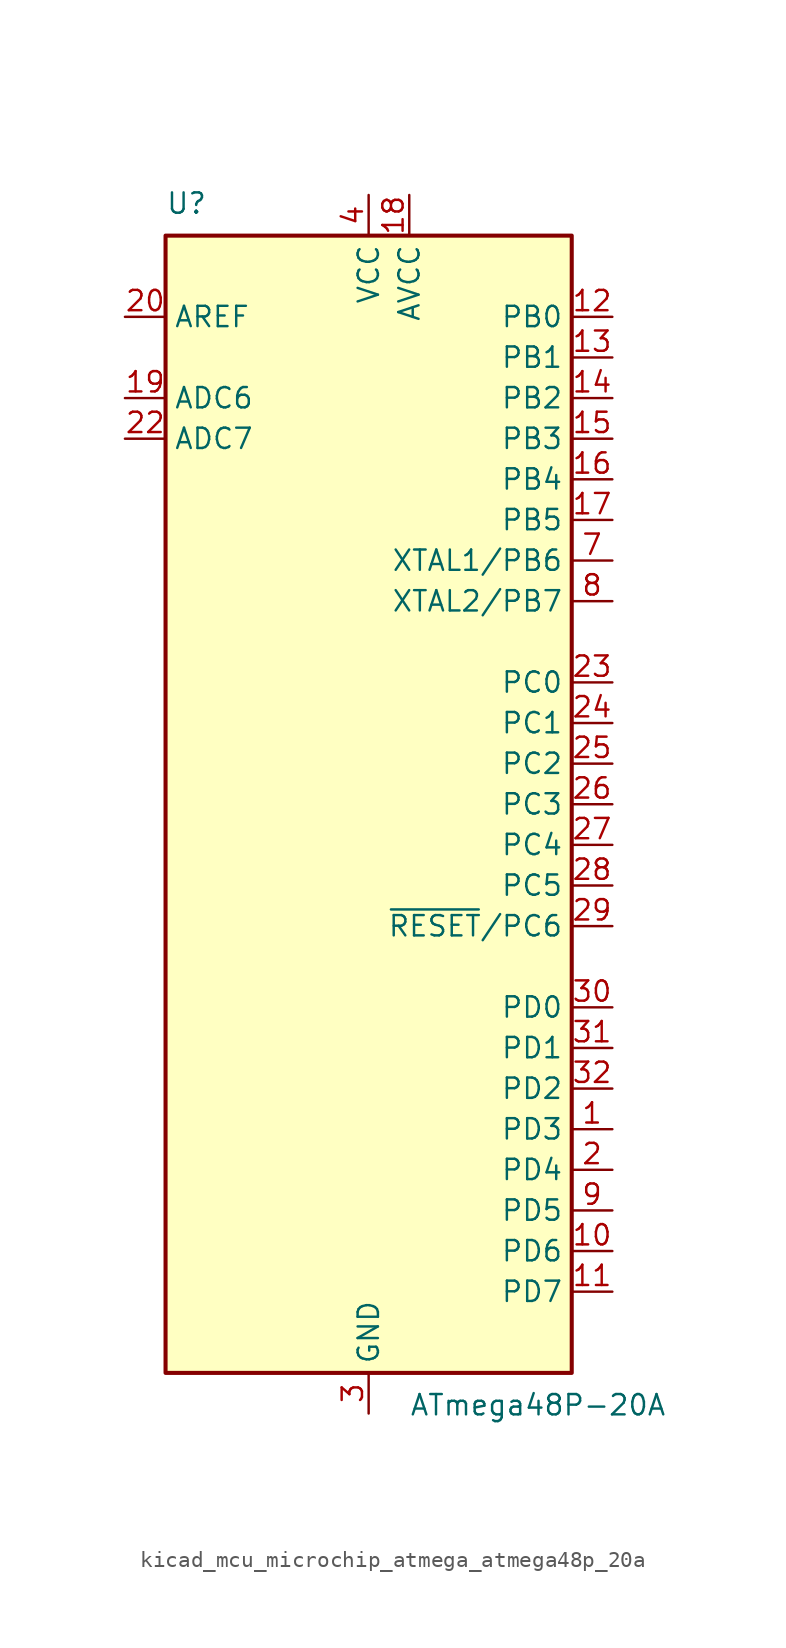
<source format=kicad_sym>
(kicad_symbol_lib
  (version 20220914)
  (generator kicad_symbol_editor)
  (symbol "kicad_mcu_microchip_atmega_atmega48p_20a"
    (property "Reference" "U"
      (at -12.7 36.83 0)
      (effects (font (size 1.27 1.27)) (justify left bottom)))
    (property "Value" "ATmega48P-20A"
      (at 2.54 -36.83 0)
      (effects (font (size 1.27 1.27)) (justify left top)))
    (symbol "kicad_mcu_microchip_atmega_atmega48p_20a_0_1"
      (rectangle (start -12.7 -35.56) (end 12.7 35.56) (stroke (width 0.254) (type default)) (fill (type background))))
    (symbol "kicad_mcu_microchip_atmega_atmega48p_20a_1_1"
      (pin bidirectional line (at 15.24 -20.32 180) (length 2.54) (name "PD3" (effects (font (size 1.27 1.27)))) (number "1" (effects (font (size 1.27 1.27)))))
      (pin bidirectional line (at 15.24 -27.94 180) (length 2.54) (name "PD6" (effects (font (size 1.27 1.27)))) (number "10" (effects (font (size 1.27 1.27)))))
      (pin bidirectional line (at 15.24 -30.48 180) (length 2.54) (name "PD7" (effects (font (size 1.27 1.27)))) (number "11" (effects (font (size 1.27 1.27)))))
      (pin bidirectional line (at 15.24 30.48 180) (length 2.54) (name "PB0" (effects (font (size 1.27 1.27)))) (number "12" (effects (font (size 1.27 1.27)))))
      (pin bidirectional line (at 15.24 27.94 180) (length 2.54) (name "PB1" (effects (font (size 1.27 1.27)))) (number "13" (effects (font (size 1.27 1.27)))))
      (pin bidirectional line (at 15.24 25.4 180) (length 2.54) (name "PB2" (effects (font (size 1.27 1.27)))) (number "14" (effects (font (size 1.27 1.27)))))
      (pin bidirectional line (at 15.24 22.86 180) (length 2.54) (name "PB3" (effects (font (size 1.27 1.27)))) (number "15" (effects (font (size 1.27 1.27)))))
      (pin bidirectional line (at 15.24 20.32 180) (length 2.54) (name "PB4" (effects (font (size 1.27 1.27)))) (number "16" (effects (font (size 1.27 1.27)))))
      (pin bidirectional line (at 15.24 17.78 180) (length 2.54) (name "PB5" (effects (font (size 1.27 1.27)))) (number "17" (effects (font (size 1.27 1.27)))))
      (pin power_in line (at 2.54 38.1 270) (length 2.54) (name "AVCC" (effects (font (size 1.27 1.27)))) (number "18" (effects (font (size 1.27 1.27)))))
      (pin input line (at -15.24 25.4 0) (length 2.54) (name "ADC6" (effects (font (size 1.27 1.27)))) (number "19" (effects (font (size 1.27 1.27)))))
      (pin bidirectional line (at 15.24 -22.86 180) (length 2.54) (name "PD4" (effects (font (size 1.27 1.27)))) (number "2" (effects (font (size 1.27 1.27)))))
      (pin passive line (at -15.24 30.48 0) (length 2.54) (name "AREF" (effects (font (size 1.27 1.27)))) (number "20" (effects (font (size 1.27 1.27)))))
      (pin passive line (at 0 -38.1 90) (length 2.54) hide (name "GND" (effects (font (size 1.27 1.27)))) (number "21" (effects (font (size 1.27 1.27)))))
      (pin input line (at -15.24 22.86 0) (length 2.54) (name "ADC7" (effects (font (size 1.27 1.27)))) (number "22" (effects (font (size 1.27 1.27)))))
      (pin bidirectional line (at 15.24 7.62 180) (length 2.54) (name "PC0" (effects (font (size 1.27 1.27)))) (number "23" (effects (font (size 1.27 1.27)))))
      (pin bidirectional line (at 15.24 5.08 180) (length 2.54) (name "PC1" (effects (font (size 1.27 1.27)))) (number "24" (effects (font (size 1.27 1.27)))))
      (pin bidirectional line (at 15.24 2.54 180) (length 2.54) (name "PC2" (effects (font (size 1.27 1.27)))) (number "25" (effects (font (size 1.27 1.27)))))
      (pin bidirectional line (at 15.24 0 180) (length 2.54) (name "PC3" (effects (font (size 1.27 1.27)))) (number "26" (effects (font (size 1.27 1.27)))))
      (pin bidirectional line (at 15.24 -2.54 180) (length 2.54) (name "PC4" (effects (font (size 1.27 1.27)))) (number "27" (effects (font (size 1.27 1.27)))))
      (pin bidirectional line (at 15.24 -5.08 180) (length 2.54) (name "PC5" (effects (font (size 1.27 1.27)))) (number "28" (effects (font (size 1.27 1.27)))))
      (pin bidirectional line (at 15.24 -7.62 180) (length 2.54) (name "~{RESET}/PC6" (effects (font (size 1.27 1.27)))) (number "29" (effects (font (size 1.27 1.27)))))
      (pin power_in line (at 0 -38.1 90) (length 2.54) (name "GND" (effects (font (size 1.27 1.27)))) (number "3" (effects (font (size 1.27 1.27)))))
      (pin bidirectional line (at 15.24 -12.7 180) (length 2.54) (name "PD0" (effects (font (size 1.27 1.27)))) (number "30" (effects (font (size 1.27 1.27)))))
      (pin bidirectional line (at 15.24 -15.24 180) (length 2.54) (name "PD1" (effects (font (size 1.27 1.27)))) (number "31" (effects (font (size 1.27 1.27)))))
      (pin bidirectional line (at 15.24 -17.78 180) (length 2.54) (name "PD2" (effects (font (size 1.27 1.27)))) (number "32" (effects (font (size 1.27 1.27)))))
      (pin power_in line (at 0 38.1 270) (length 2.54) (name "VCC" (effects (font (size 1.27 1.27)))) (number "4" (effects (font (size 1.27 1.27)))))
      (pin passive line (at 0 -38.1 90) (length 2.54) hide (name "GND" (effects (font (size 1.27 1.27)))) (number "5" (effects (font (size 1.27 1.27)))))
      (pin passive line (at 0 38.1 270) (length 2.54) hide (name "VCC" (effects (font (size 1.27 1.27)))) (number "6" (effects (font (size 1.27 1.27)))))
      (pin bidirectional line (at 15.24 15.24 180) (length 2.54) (name "XTAL1/PB6" (effects (font (size 1.27 1.27)))) (number "7" (effects (font (size 1.27 1.27)))))
      (pin bidirectional line (at 15.24 12.7 180) (length 2.54) (name "XTAL2/PB7" (effects (font (size 1.27 1.27)))) (number "8" (effects (font (size 1.27 1.27)))))
      (pin bidirectional line (at 15.24 -25.4 180) (length 2.54) (name "PD5" (effects (font (size 1.27 1.27)))) (number "9" (effects (font (size 1.27 1.27))))))))
</source>
